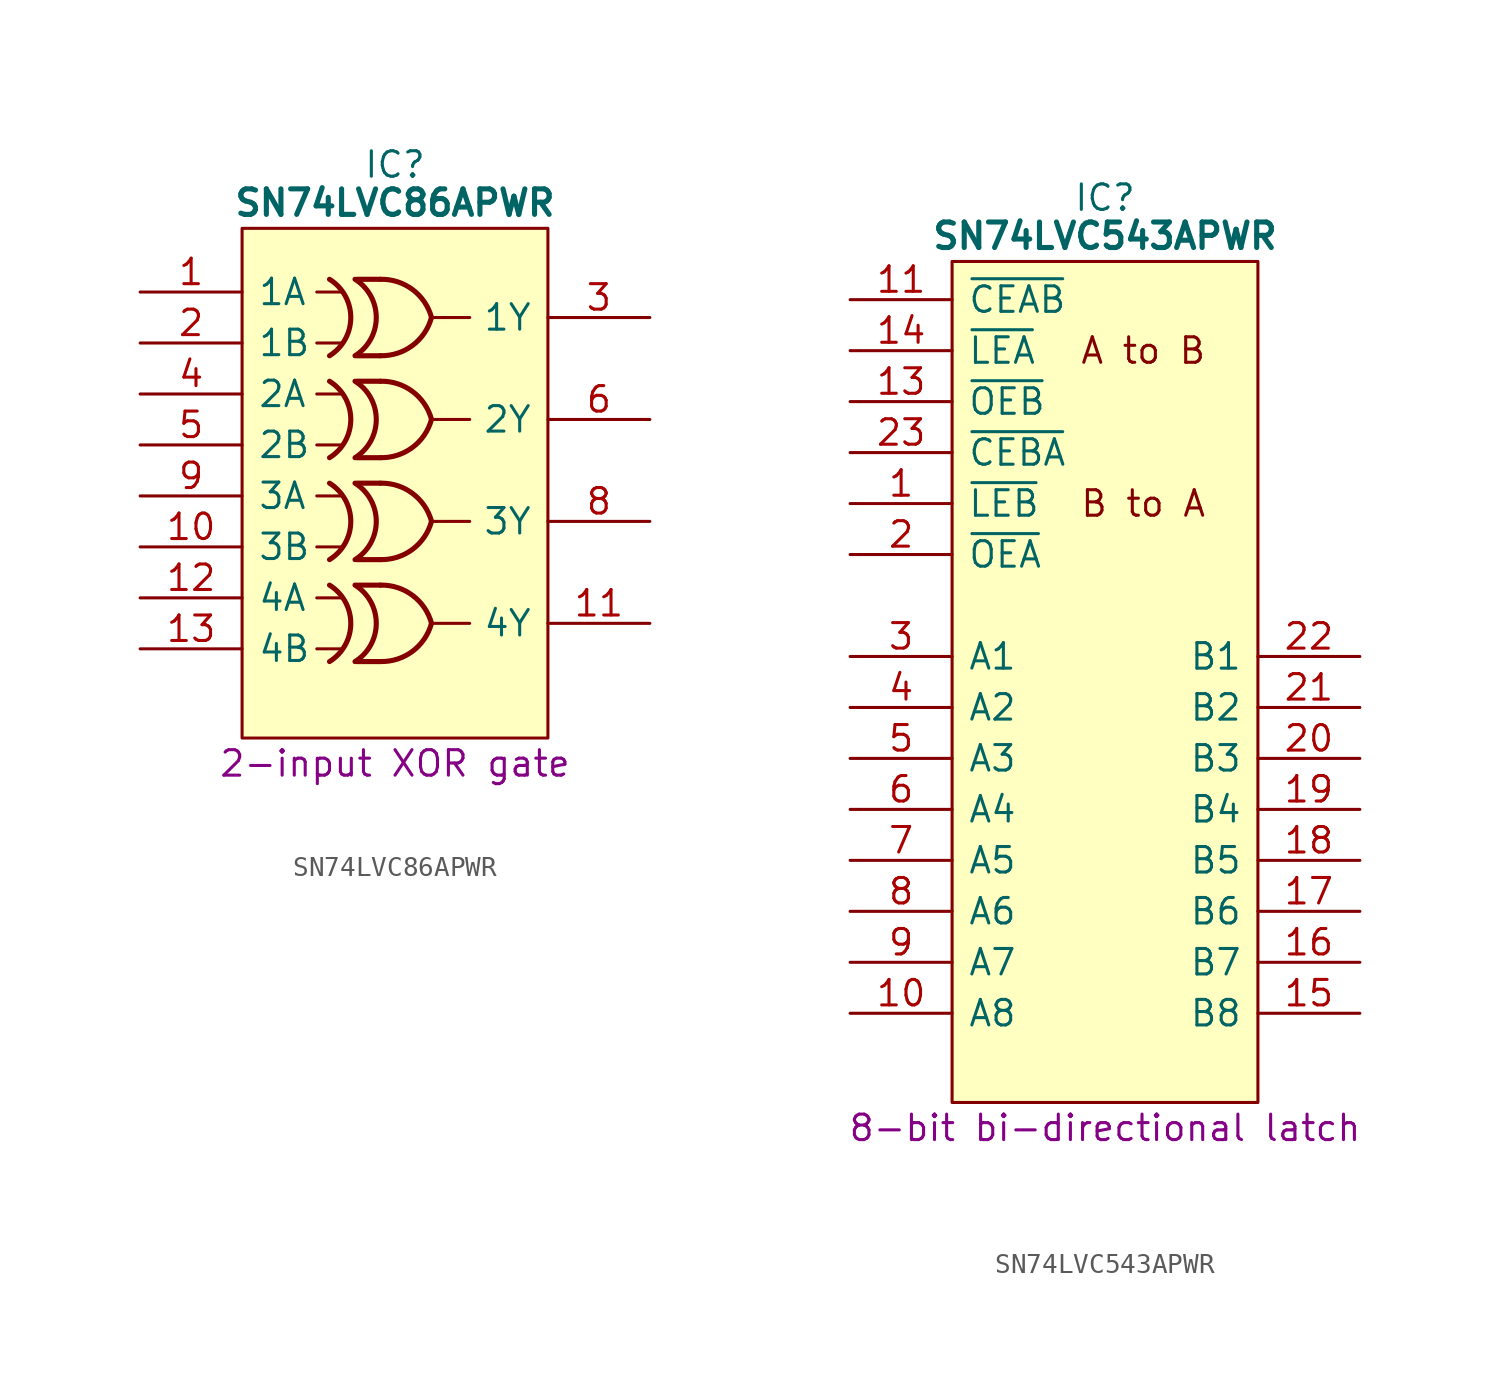
<source format=kicad_sym>
(kicad_symbol_lib
  (version 20241209)
  (generator "kicad_symbol_editor")
  (generator_version "9.0")
  (symbol "SN74LVC86APWR"
    (pin_names
      (offset 0.762))
    (property "Reference" "IC"
      (at 12.7 6.35 0)
      (effects (font (size 1.27 1.27))))
    (property "Value" "SN74LVC86APWR"
      (at 12.7 4.445 0)
      (effects (font (size 1.27 1.27) (bold yes))))
    (property "Description" "2-input XOR gate"
      (at 12.7 -23.495 0)
      (effects (font (size 1.27 1.27))))
    (symbol "SN74LVC86APWR_0_1"
      (polyline (pts (xy 5.08 3.175) (xy 20.32 3.175) (xy 20.32 -22.225) (xy 5.08 -22.225) (xy 5.08 3.175)) (stroke (width 0.152) (type default)) (fill (type background)))
      (arc (start 9.437 0.635) (mid 10.4969 -1.27) (end 9.437 -3.175) (stroke (width 0.254) (type default)) (fill (type none)))
      (arc (start 9.437 -4.445) (mid 10.4969 -6.35) (end 9.437 -8.255) (stroke (width 0.254) (type default)) (fill (type none)))
      (arc (start 9.437 -9.525) (mid 10.4969 -11.43) (end 9.437 -13.335) (stroke (width 0.254) (type default)) (fill (type none)))
      (arc (start 9.437 -14.605) (mid 10.4969 -16.51) (end 9.437 -18.415) (stroke (width 0.254) (type default)) (fill (type none)))
      (polyline (pts (xy 8.802 0) (xy 10.072 0)) (stroke (width 0) (type default)) (fill (type none)))
      (polyline (pts (xy 8.802 -2.54) (xy 10.072 -2.54)) (stroke (width 0) (type default)) (fill (type none)))
      (polyline (pts (xy 8.802 -5.08) (xy 10.072 -5.08)) (stroke (width 0) (type default)) (fill (type none)))
      (polyline (pts (xy 8.802 -7.62) (xy 10.072 -7.62)) (stroke (width 0) (type default)) (fill (type none)))
      (polyline (pts (xy 8.802 -10.16) (xy 10.072 -10.16)) (stroke (width 0) (type default)) (fill (type none)))
      (polyline (pts (xy 8.802 -12.7) (xy 10.072 -12.7)) (stroke (width 0) (type default)) (fill (type none)))
      (polyline (pts (xy 8.802 -15.24) (xy 10.072 -15.24)) (stroke (width 0) (type default)) (fill (type none)))
      (polyline (pts (xy 8.802 -17.78) (xy 10.072 -17.78)) (stroke (width 0) (type default)) (fill (type none)))
      (arc (start 10.707 0.635) (mid 11.7669 -1.27) (end 10.707 -3.175) (stroke (width 0.254) (type default)) (fill (type none)))
      (arc (start 10.707 -4.445) (mid 11.7669 -6.35) (end 10.707 -8.255) (stroke (width 0.254) (type default)) (fill (type none)))
      (arc (start 10.707 -9.525) (mid 11.7669 -11.43) (end 10.707 -13.335) (stroke (width 0.254) (type default)) (fill (type none)))
      (arc (start 10.707 -14.605) (mid 11.7669 -16.51) (end 10.707 -18.415) (stroke (width 0.254) (type default)) (fill (type none)))
      (polyline (pts (xy 11.977 0.635) (xy 10.795 0.635)) (stroke (width 0.254) (type default)) (fill (type background)))
      (polyline (pts (xy 11.977 -3.175) (xy 10.795 -3.175)) (stroke (width 0.254) (type default)) (fill (type background)))
      (polyline (pts (xy 11.977 -4.445) (xy 10.795 -4.445)) (stroke (width 0.254) (type default)) (fill (type background)))
      (polyline (pts (xy 11.977 -8.255) (xy 10.795 -8.255)) (stroke (width 0.254) (type default)) (fill (type background)))
      (polyline (pts (xy 11.977 -9.525) (xy 10.795 -9.525)) (stroke (width 0.254) (type default)) (fill (type background)))
      (polyline (pts (xy 11.977 -13.335) (xy 10.795 -13.335)) (stroke (width 0.254) (type default)) (fill (type background)))
      (polyline (pts (xy 11.977 -14.605) (xy 10.795 -14.605)) (stroke (width 0.254) (type default)) (fill (type background)))
      (polyline (pts (xy 11.977 -18.415) (xy 10.795 -18.415)) (stroke (width 0.254) (type default)) (fill (type background)))
      (arc (start 14.517 -1.27) (mid 13.5755 -2.6605) (end 11.977 -3.175) (stroke (width 0.254) (type default)) (fill (type none)))
      (arc (start 14.517 -6.35) (mid 13.5755 -7.7405) (end 11.977 -8.255) (stroke (width 0.254) (type default)) (fill (type none)))
      (arc (start 14.517 -11.43) (mid 13.5755 -12.8205) (end 11.977 -13.335) (stroke (width 0.254) (type default)) (fill (type none)))
      (arc (start 14.517 -16.51) (mid 13.5755 -17.9005) (end 11.977 -18.415) (stroke (width 0.254) (type default)) (fill (type none)))
      (arc (start 11.977 0.635) (mid 13.576 0.1212) (end 14.517 -1.27) (stroke (width 0.254) (type default)) (fill (type none)))
      (arc (start 11.977 -4.445) (mid 13.576 -4.9588) (end 14.517 -6.35) (stroke (width 0.254) (type default)) (fill (type none)))
      (arc (start 11.977 -9.525) (mid 13.576 -10.0388) (end 14.517 -11.43) (stroke (width 0.254) (type default)) (fill (type none)))
      (arc (start 11.977 -14.605) (mid 13.576 -15.1188) (end 14.517 -16.51) (stroke (width 0.254) (type default)) (fill (type none)))
      (polyline (pts (xy 14.517 -1.27) (xy 16.422 -1.27)) (stroke (width 0) (type default)) (fill (type none)))
      (polyline (pts (xy 14.517 -6.35) (xy 16.422 -6.35)) (stroke (width 0) (type default)) (fill (type none)))
      (polyline (pts (xy 14.517 -11.43) (xy 16.422 -11.43)) (stroke (width 0) (type default)) (fill (type none)))
      (polyline (pts (xy 14.517 -16.51) (xy 16.422 -16.51)) (stroke (width 0) (type default)) (fill (type none))))
    (symbol "SN74LVC86APWR_1_0"
      (pin input line (at 0 0 0) (length 5.08) (name "1A" (effects (font (size 1.27 1.27)))) (number "1" (effects (font (size 1.27 1.27)))))
      (pin input line (at 0 -2.54 0) (length 5.08) (name "1B" (effects (font (size 1.27 1.27)))) (number "2" (effects (font (size 1.27 1.27)))))
      (pin input line (at 0 -5.08 0) (length 5.08) (name "2A" (effects (font (size 1.27 1.27)))) (number "4" (effects (font (size 1.27 1.27)))))
      (pin input line (at 0 -7.62 0) (length 5.08) (name "2B" (effects (font (size 1.27 1.27)))) (number "5" (effects (font (size 1.27 1.27)))))
      (pin input line (at 0 -10.16 0) (length 5.08) (name "3A" (effects (font (size 1.27 1.27)))) (number "9" (effects (font (size 1.27 1.27)))))
      (pin input line (at 0 -12.7 0) (length 5.08) (name "3B" (effects (font (size 1.27 1.27)))) (number "10" (effects (font (size 1.27 1.27)))))
      (pin input line (at 0 -15.24 0) (length 5.08) (name "4A" (effects (font (size 1.27 1.27)))) (number "12" (effects (font (size 1.27 1.27)))))
      (pin input line (at 0 -17.78 0) (length 5.08) (name "4B" (effects (font (size 1.27 1.27)))) (number "13" (effects (font (size 1.27 1.27)))))
      (pin passive line (at 0 -20.32 0) (length 5.08) (hide yes) (name "GND" (effects (font (size 1.27 1.27)))) (number "7" (effects (font (size 1.27 1.27)))))
      (pin passive line (at 25.4 1.27 180) (length 5.08) (hide yes) (name "3V" (effects (font (size 1.27 1.27)))) (number "14" (effects (font (size 1.27 1.27)))))
      (pin output line (at 25.4 -1.27 180) (length 5.08) (name "1Y" (effects (font (size 1.27 1.27)))) (number "3" (effects (font (size 1.27 1.27)))))
      (pin output line (at 25.4 -6.35 180) (length 5.08) (name "2Y" (effects (font (size 1.27 1.27)))) (number "6" (effects (font (size 1.27 1.27)))))
      (pin output line (at 25.4 -11.43 180) (length 5.08) (name "3Y" (effects (font (size 1.27 1.27)))) (number "8" (effects (font (size 1.27 1.27)))))
      (pin output line (at 25.4 -16.51 180) (length 5.08) (name "4Y" (effects (font (size 1.27 1.27)))) (number "11" (effects (font (size 1.27 1.27)))))))
  (symbol "SN74LVC543APWR"
    (pin_names
      (offset 0.762))
    (property "Reference" "IC"
      (at 12.7 5.08 0)
      (effects (font (size 1.27 1.27))))
    (property "Value" "SN74LVC543APWR"
      (at 12.7 3.175 0)
      (effects (font (size 1.27 1.27) (bold yes))))
    (property "Description" "8-bit bi-directional latch"
      (at 12.7 -41.275 0)
      (effects (font (size 1.27 1.27))))
    (symbol "SN74LVC543APWR_0_0"
      (pin passive line (at 0 0 0) (length 5.08) (name "~{CEAB}" (effects (font (size 1.27 1.27)))) (number "11" (effects (font (size 1.27 1.27)))))
      (pin passive line (at 0 -7.62 0) (length 5.08) (name "~{CEBA}" (effects (font (size 1.27 1.27)))) (number "23" (effects (font (size 1.27 1.27)))))
      (pin passive line (at 0 -17.78 0) (length 5.08) (name "A1" (effects (font (size 1.27 1.27)))) (number "3" (effects (font (size 1.27 1.27)))))
      (pin passive line (at 0 -20.32 0) (length 5.08) (name "A2" (effects (font (size 1.27 1.27)))) (number "4" (effects (font (size 1.27 1.27)))))
      (pin passive line (at 0 -22.86 0) (length 5.08) (name "A3" (effects (font (size 1.27 1.27)))) (number "5" (effects (font (size 1.27 1.27)))))
      (pin passive line (at 0 -25.4 0) (length 5.08) (name "A4" (effects (font (size 1.27 1.27)))) (number "6" (effects (font (size 1.27 1.27)))))
      (pin passive line (at 0 -27.94 0) (length 5.08) (name "A5" (effects (font (size 1.27 1.27)))) (number "7" (effects (font (size 1.27 1.27)))))
      (pin passive line (at 0 -30.48 0) (length 5.08) (name "A6" (effects (font (size 1.27 1.27)))) (number "8" (effects (font (size 1.27 1.27)))))
      (pin passive line (at 0 -33.02 0) (length 5.08) (name "A7" (effects (font (size 1.27 1.27)))) (number "9" (effects (font (size 1.27 1.27)))))
      (pin passive line (at 0 -35.56 0) (length 5.08) (name "A8" (effects (font (size 1.27 1.27)))) (number "10" (effects (font (size 1.27 1.27)))))
      (pin passive line (at 25.4 -17.78 180) (length 5.08) (name "B1" (effects (font (size 1.27 1.27)))) (number "22" (effects (font (size 1.27 1.27)))))
      (pin passive line (at 25.4 -20.32 180) (length 5.08) (name "B2" (effects (font (size 1.27 1.27)))) (number "21" (effects (font (size 1.27 1.27)))))
      (pin passive line (at 25.4 -22.86 180) (length 5.08) (name "B3" (effects (font (size 1.27 1.27)))) (number "20" (effects (font (size 1.27 1.27)))))
      (pin passive line (at 25.4 -25.4 180) (length 5.08) (name "B4" (effects (font (size 1.27 1.27)))) (number "19" (effects (font (size 1.27 1.27)))))
      (pin passive line (at 25.4 -27.94 180) (length 5.08) (name "B5" (effects (font (size 1.27 1.27)))) (number "18" (effects (font (size 1.27 1.27)))))
      (pin passive line (at 25.4 -30.48 180) (length 5.08) (name "B6" (effects (font (size 1.27 1.27)))) (number "17" (effects (font (size 1.27 1.27)))))
      (pin passive line (at 25.4 -33.02 180) (length 5.08) (name "B7" (effects (font (size 1.27 1.27)))) (number "16" (effects (font (size 1.27 1.27)))))
      (pin passive line (at 25.4 -35.56 180) (length 5.08) (name "B8" (effects (font (size 1.27 1.27)))) (number "15" (effects (font (size 1.27 1.27))))))
    (symbol "SN74LVC543APWR_0_1"
      (polyline (pts (xy 5.08 1.905) (xy 20.32 1.905) (xy 20.32 -40.005) (xy 5.08 -40.005) (xy 5.08 1.905)) (stroke (width 0.152) (type default)) (fill (type background))))
    (symbol "SN74LVC543APWR_1_0"
      (pin passive line (at 0 -2.54 0) (length 5.08) (name "~{LEA}" (effects (font (size 1.27 1.27)))) (number "14" (effects (font (size 1.27 1.27)))))
      (pin passive line (at 0 -5.08 0) (length 5.08) (name "~{OEB}" (effects (font (size 1.27 1.27)))) (number "13" (effects (font (size 1.27 1.27)))))
      (pin passive line (at 0 -10.16 0) (length 5.08) (name "~{LEB}" (effects (font (size 1.27 1.27)))) (number "1" (effects (font (size 1.27 1.27)))))
      (pin passive line (at 0 -12.7 0) (length 5.08) (name "~{OEA}" (effects (font (size 1.27 1.27)))) (number "2" (effects (font (size 1.27 1.27)))))
      (pin passive line (at 0 -38.1 0) (length 5.08) (hide yes) (name "GND" (effects (font (size 1.27 1.27)))) (number "12" (effects (font (size 1.27 1.27)))))
      (pin passive line (at 25.4 0 180) (length 5.08) (hide yes) (name "3V" (effects (font (size 1.27 1.27)))) (number "24" (effects (font (size 1.27 1.27))))))
    (symbol "SN74LVC543APWR_1_1"
      (text "A to B" (at 14.605 -2.54 0) (effects (font (size 1.27 1.27))))
      (text "B to A" (at 14.605 -10.16 0) (effects (font (size 1.27 1.27)))))))
</source>
